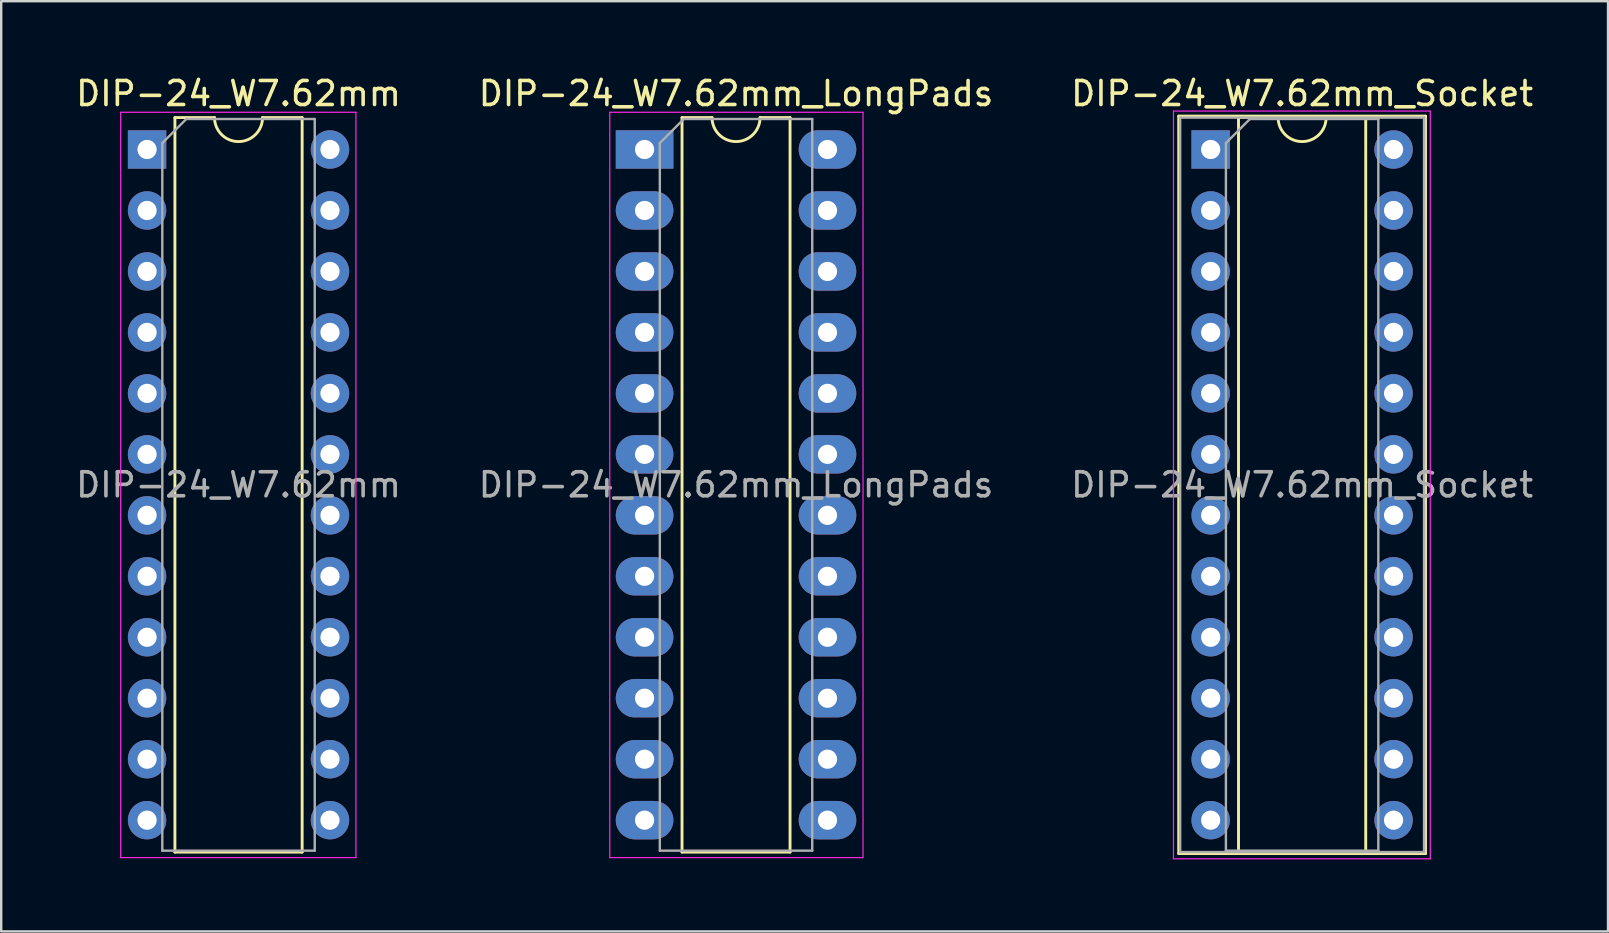
<source format=kicad_pcb>
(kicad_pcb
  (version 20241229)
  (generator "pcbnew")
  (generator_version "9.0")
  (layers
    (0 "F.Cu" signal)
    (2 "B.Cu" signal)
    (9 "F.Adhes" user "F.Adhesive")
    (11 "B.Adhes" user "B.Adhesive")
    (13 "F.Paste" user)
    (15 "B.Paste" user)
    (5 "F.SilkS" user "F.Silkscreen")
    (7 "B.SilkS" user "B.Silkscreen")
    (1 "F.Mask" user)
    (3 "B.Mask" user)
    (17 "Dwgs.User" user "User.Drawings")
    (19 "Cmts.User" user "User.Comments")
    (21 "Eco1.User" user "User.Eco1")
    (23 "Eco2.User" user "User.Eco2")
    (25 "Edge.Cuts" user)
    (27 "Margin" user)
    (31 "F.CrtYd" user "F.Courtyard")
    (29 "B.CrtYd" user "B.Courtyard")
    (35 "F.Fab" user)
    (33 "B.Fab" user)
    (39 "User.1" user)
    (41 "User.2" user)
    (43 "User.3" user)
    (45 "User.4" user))
  (footprint "DIP-24_W7.62mm_LongPads"
    (layer "F.Cu")
    (at 23.803 3.178)
    (property "Reference" "DIP-24_W7.62mm_LongPads" (at 3.81 -2.33 0) (layer "F.SilkS") (effects (font (size 1 1) (thickness 0.15))))
    (attr through_hole)
    (fp_line (start 1.56 -1.33) (end 1.56 29.27) (stroke (width 0.12) (type solid)) (layer "F.SilkS"))
    (fp_line (start 1.56 29.27) (end 6.06 29.27) (stroke (width 0.12) (type solid)) (layer "F.SilkS"))
    (fp_line (start 2.81 -1.33) (end 1.56 -1.33) (stroke (width 0.12) (type solid)) (layer "F.SilkS"))
    (fp_line (start 6.06 -1.33) (end 4.81 -1.33) (stroke (width 0.12) (type solid)) (layer "F.SilkS"))
    (fp_line (start 6.06 29.27) (end 6.06 -1.33) (stroke (width 0.12) (type solid)) (layer "F.SilkS"))
    (fp_arc (start 4.81 -1.33) (mid 3.81 -0.33) (end 2.81 -1.33) (stroke (width 0.12) (type solid)) (layer "F.SilkS"))
    (fp_line (start -1.45 -1.55) (end -1.45 29.5) (stroke (width 0.05) (type solid)) (layer "F.CrtYd"))
    (fp_line (start -1.45 29.5) (end 9.1 29.5) (stroke (width 0.05) (type solid)) (layer "F.CrtYd"))
    (fp_line (start 9.1 -1.55) (end -1.45 -1.55) (stroke (width 0.05) (type solid)) (layer "F.CrtYd"))
    (fp_line (start 9.1 29.5) (end 9.1 -1.55) (stroke (width 0.05) (type solid)) (layer "F.CrtYd"))
    (fp_line (start 0.635 -0.27) (end 1.635 -1.27) (stroke (width 0.1) (type solid)) (layer "F.Fab"))
    (fp_line (start 0.635 29.21) (end 0.635 -0.27) (stroke (width 0.1) (type solid)) (layer "F.Fab"))
    (fp_line (start 1.635 -1.27) (end 6.985 -1.27) (stroke (width 0.1) (type solid)) (layer "F.Fab"))
    (fp_line (start 6.985 -1.27) (end 6.985 29.21) (stroke (width 0.1) (type solid)) (layer "F.Fab"))
    (fp_line (start 6.985 29.21) (end 0.635 29.21) (stroke (width 0.1) (type solid)) (layer "F.Fab"))
    (fp_text user "${REFERENCE}" (at 3.81 13.97 0) (layer "F.Fab") (effects (font (size 1 1) (thickness 0.15))))
    (pad "1" thru_hole rect (at 0 0) (size 2.4 1.6) (drill 0.8) (layers "*.Cu" "*.Mask"))
    (pad "2" thru_hole oval (at 0 2.54) (size 2.4 1.6) (drill 0.8) (layers "*.Cu" "*.Mask"))
    (pad "3" thru_hole oval (at 0 5.08) (size 2.4 1.6) (drill 0.8) (layers "*.Cu" "*.Mask"))
    (pad "4" thru_hole oval (at 0 7.62) (size 2.4 1.6) (drill 0.8) (layers "*.Cu" "*.Mask"))
    (pad "5" thru_hole oval (at 0 10.16) (size 2.4 1.6) (drill 0.8) (layers "*.Cu" "*.Mask"))
    (pad "6" thru_hole oval (at 0 12.7) (size 2.4 1.6) (drill 0.8) (layers "*.Cu" "*.Mask"))
    (pad "7" thru_hole oval (at 0 15.24) (size 2.4 1.6) (drill 0.8) (layers "*.Cu" "*.Mask"))
    (pad "8" thru_hole oval (at 0 17.78) (size 2.4 1.6) (drill 0.8) (layers "*.Cu" "*.Mask"))
    (pad "9" thru_hole oval (at 0 20.32) (size 2.4 1.6) (drill 0.8) (layers "*.Cu" "*.Mask"))
    (pad "10" thru_hole oval (at 0 22.86) (size 2.4 1.6) (drill 0.8) (layers "*.Cu" "*.Mask"))
    (pad "11" thru_hole oval (at 0 25.4) (size 2.4 1.6) (drill 0.8) (layers "*.Cu" "*.Mask"))
    (pad "12" thru_hole oval (at 0 27.94) (size 2.4 1.6) (drill 0.8) (layers "*.Cu" "*.Mask"))
    (pad "13" thru_hole oval (at 7.62 27.94) (size 2.4 1.6) (drill 0.8) (layers "*.Cu" "*.Mask"))
    (pad "14" thru_hole oval (at 7.62 25.4) (size 2.4 1.6) (drill 0.8) (layers "*.Cu" "*.Mask"))
    (pad "15" thru_hole oval (at 7.62 22.86) (size 2.4 1.6) (drill 0.8) (layers "*.Cu" "*.Mask"))
    (pad "16" thru_hole oval (at 7.62 20.32) (size 2.4 1.6) (drill 0.8) (layers "*.Cu" "*.Mask"))
    (pad "17" thru_hole oval (at 7.62 17.78) (size 2.4 1.6) (drill 0.8) (layers "*.Cu" "*.Mask"))
    (pad "18" thru_hole oval (at 7.62 15.24) (size 2.4 1.6) (drill 0.8) (layers "*.Cu" "*.Mask"))
    (pad "19" thru_hole oval (at 7.62 12.7) (size 2.4 1.6) (drill 0.8) (layers "*.Cu" "*.Mask"))
    (pad "20" thru_hole oval (at 7.62 10.16) (size 2.4 1.6) (drill 0.8) (layers "*.Cu" "*.Mask"))
    (pad "21" thru_hole oval (at 7.62 7.62) (size 2.4 1.6) (drill 0.8) (layers "*.Cu" "*.Mask"))
    (pad "22" thru_hole oval (at 7.62 5.08) (size 2.4 1.6) (drill 0.8) (layers "*.Cu" "*.Mask"))
    (pad "23" thru_hole oval (at 7.62 2.54) (size 2.4 1.6) (drill 0.8) (layers "*.Cu" "*.Mask"))
    (pad "24" thru_hole oval (at 7.62 0) (size 2.4 1.6) (drill 0.8) (layers "*.Cu" "*.Mask")))
  (footprint "DIP-24_W7.62mm_Socket"
    (layer "F.Cu")
    (at 47.386 3.178)
    (property "Reference" "DIP-24_W7.62mm_Socket" (at 3.81 -2.33 0) (layer "F.SilkS") (effects (font (size 1 1) (thickness 0.15))))
    (attr through_hole)
    (fp_line (start -1.33 -1.39) (end -1.33 29.33) (stroke (width 0.12) (type solid)) (layer "F.SilkS"))
    (fp_line (start -1.33 29.33) (end 8.95 29.33) (stroke (width 0.12) (type solid)) (layer "F.SilkS"))
    (fp_line (start 1.16 -1.33) (end 1.16 29.27) (stroke (width 0.12) (type solid)) (layer "F.SilkS"))
    (fp_line (start 1.16 29.27) (end 6.46 29.27) (stroke (width 0.12) (type solid)) (layer "F.SilkS"))
    (fp_line (start 2.81 -1.33) (end 1.16 -1.33) (stroke (width 0.12) (type solid)) (layer "F.SilkS"))
    (fp_line (start 6.46 -1.33) (end 4.81 -1.33) (stroke (width 0.12) (type solid)) (layer "F.SilkS"))
    (fp_line (start 6.46 29.27) (end 6.46 -1.33) (stroke (width 0.12) (type solid)) (layer "F.SilkS"))
    (fp_line (start 8.95 -1.39) (end -1.33 -1.39) (stroke (width 0.12) (type solid)) (layer "F.SilkS"))
    (fp_line (start 8.95 29.33) (end 8.95 -1.39) (stroke (width 0.12) (type solid)) (layer "F.SilkS"))
    (fp_arc (start 4.81 -1.33) (mid 3.81 -0.33) (end 2.81 -1.33) (stroke (width 0.12) (type solid)) (layer "F.SilkS"))
    (fp_line (start -1.55 -1.6) (end -1.55 29.55) (stroke (width 0.05) (type solid)) (layer "F.CrtYd"))
    (fp_line (start -1.55 29.55) (end 9.15 29.55) (stroke (width 0.05) (type solid)) (layer "F.CrtYd"))
    (fp_line (start 9.15 -1.6) (end -1.55 -1.6) (stroke (width 0.05) (type solid)) (layer "F.CrtYd"))
    (fp_line (start 9.15 29.55) (end 9.15 -1.6) (stroke (width 0.05) (type solid)) (layer "F.CrtYd"))
    (fp_line (start -1.27 -1.33) (end -1.27 29.27) (stroke (width 0.1) (type solid)) (layer "F.Fab"))
    (fp_line (start -1.27 29.27) (end 8.89 29.27) (stroke (width 0.1) (type solid)) (layer "F.Fab"))
    (fp_line (start 0.635 -0.27) (end 1.635 -1.27) (stroke (width 0.1) (type solid)) (layer "F.Fab"))
    (fp_line (start 0.635 29.21) (end 0.635 -0.27) (stroke (width 0.1) (type solid)) (layer "F.Fab"))
    (fp_line (start 1.635 -1.27) (end 6.985 -1.27) (stroke (width 0.1) (type solid)) (layer "F.Fab"))
    (fp_line (start 6.985 -1.27) (end 6.985 29.21) (stroke (width 0.1) (type solid)) (layer "F.Fab"))
    (fp_line (start 6.985 29.21) (end 0.635 29.21) (stroke (width 0.1) (type solid)) (layer "F.Fab"))
    (fp_line (start 8.89 -1.33) (end -1.27 -1.33) (stroke (width 0.1) (type solid)) (layer "F.Fab"))
    (fp_line (start 8.89 29.27) (end 8.89 -1.33) (stroke (width 0.1) (type solid)) (layer "F.Fab"))
    (fp_text user "${REFERENCE}" (at 3.81 13.97 0) (layer "F.Fab") (effects (font (size 1 1) (thickness 0.15))))
    (pad "1" thru_hole rect (at 0 0) (size 1.6 1.6) (drill 0.8) (layers "*.Cu" "*.Mask"))
    (pad "2" thru_hole oval (at 0 2.54) (size 1.6 1.6) (drill 0.8) (layers "*.Cu" "*.Mask"))
    (pad "3" thru_hole oval (at 0 5.08) (size 1.6 1.6) (drill 0.8) (layers "*.Cu" "*.Mask"))
    (pad "4" thru_hole oval (at 0 7.62) (size 1.6 1.6) (drill 0.8) (layers "*.Cu" "*.Mask"))
    (pad "5" thru_hole oval (at 0 10.16) (size 1.6 1.6) (drill 0.8) (layers "*.Cu" "*.Mask"))
    (pad "6" thru_hole oval (at 0 12.7) (size 1.6 1.6) (drill 0.8) (layers "*.Cu" "*.Mask"))
    (pad "7" thru_hole oval (at 0 15.24) (size 1.6 1.6) (drill 0.8) (layers "*.Cu" "*.Mask"))
    (pad "8" thru_hole oval (at 0 17.78) (size 1.6 1.6) (drill 0.8) (layers "*.Cu" "*.Mask"))
    (pad "9" thru_hole oval (at 0 20.32) (size 1.6 1.6) (drill 0.8) (layers "*.Cu" "*.Mask"))
    (pad "10" thru_hole oval (at 0 22.86) (size 1.6 1.6) (drill 0.8) (layers "*.Cu" "*.Mask"))
    (pad "11" thru_hole oval (at 0 25.4) (size 1.6 1.6) (drill 0.8) (layers "*.Cu" "*.Mask"))
    (pad "12" thru_hole oval (at 0 27.94) (size 1.6 1.6) (drill 0.8) (layers "*.Cu" "*.Mask"))
    (pad "13" thru_hole oval (at 7.62 27.94) (size 1.6 1.6) (drill 0.8) (layers "*.Cu" "*.Mask"))
    (pad "14" thru_hole oval (at 7.62 25.4) (size 1.6 1.6) (drill 0.8) (layers "*.Cu" "*.Mask"))
    (pad "15" thru_hole oval (at 7.62 22.86) (size 1.6 1.6) (drill 0.8) (layers "*.Cu" "*.Mask"))
    (pad "16" thru_hole oval (at 7.62 20.32) (size 1.6 1.6) (drill 0.8) (layers "*.Cu" "*.Mask"))
    (pad "17" thru_hole oval (at 7.62 17.78) (size 1.6 1.6) (drill 0.8) (layers "*.Cu" "*.Mask"))
    (pad "18" thru_hole oval (at 7.62 15.24) (size 1.6 1.6) (drill 0.8) (layers "*.Cu" "*.Mask"))
    (pad "19" thru_hole oval (at 7.62 12.7) (size 1.6 1.6) (drill 0.8) (layers "*.Cu" "*.Mask"))
    (pad "20" thru_hole oval (at 7.62 10.16) (size 1.6 1.6) (drill 0.8) (layers "*.Cu" "*.Mask"))
    (pad "21" thru_hole oval (at 7.62 7.62) (size 1.6 1.6) (drill 0.8) (layers "*.Cu" "*.Mask"))
    (pad "22" thru_hole oval (at 7.62 5.08) (size 1.6 1.6) (drill 0.8) (layers "*.Cu" "*.Mask"))
    (pad "23" thru_hole oval (at 7.62 2.54) (size 1.6 1.6) (drill 0.8) (layers "*.Cu" "*.Mask"))
    (pad "24" thru_hole oval (at 7.62 0) (size 1.6 1.6) (drill 0.8) (layers "*.Cu" "*.Mask")))
  (footprint "DIP-24_W7.62mm"
    (layer "F.Cu")
    (at 3.077 3.178)
    (property "Reference" "DIP-24_W7.62mm" (at 3.81 -2.33 0) (layer "F.SilkS") (effects (font (size 1 1) (thickness 0.15))))
    (attr through_hole)
    (fp_line (start 1.16 -1.33) (end 1.16 29.27) (stroke (width 0.12) (type solid)) (layer "F.SilkS"))
    (fp_line (start 1.16 29.27) (end 6.46 29.27) (stroke (width 0.12) (type solid)) (layer "F.SilkS"))
    (fp_line (start 2.81 -1.33) (end 1.16 -1.33) (stroke (width 0.12) (type solid)) (layer "F.SilkS"))
    (fp_line (start 6.46 -1.33) (end 4.81 -1.33) (stroke (width 0.12) (type solid)) (layer "F.SilkS"))
    (fp_line (start 6.46 29.27) (end 6.46 -1.33) (stroke (width 0.12) (type solid)) (layer "F.SilkS"))
    (fp_arc (start 4.81 -1.33) (mid 3.81 -0.33) (end 2.81 -1.33) (stroke (width 0.12) (type solid)) (layer "F.SilkS"))
    (fp_line (start -1.1 -1.55) (end -1.1 29.5) (stroke (width 0.05) (type solid)) (layer "F.CrtYd"))
    (fp_line (start -1.1 29.5) (end 8.7 29.5) (stroke (width 0.05) (type solid)) (layer "F.CrtYd"))
    (fp_line (start 8.7 -1.55) (end -1.1 -1.55) (stroke (width 0.05) (type solid)) (layer "F.CrtYd"))
    (fp_line (start 8.7 29.5) (end 8.7 -1.55) (stroke (width 0.05) (type solid)) (layer "F.CrtYd"))
    (fp_line (start 0.635 -0.27) (end 1.635 -1.27) (stroke (width 0.1) (type solid)) (layer "F.Fab"))
    (fp_line (start 0.635 29.21) (end 0.635 -0.27) (stroke (width 0.1) (type solid)) (layer "F.Fab"))
    (fp_line (start 1.635 -1.27) (end 6.985 -1.27) (stroke (width 0.1) (type solid)) (layer "F.Fab"))
    (fp_line (start 6.985 -1.27) (end 6.985 29.21) (stroke (width 0.1) (type solid)) (layer "F.Fab"))
    (fp_line (start 6.985 29.21) (end 0.635 29.21) (stroke (width 0.1) (type solid)) (layer "F.Fab"))
    (fp_text user "${REFERENCE}" (at 3.81 13.97 0) (layer "F.Fab") (effects (font (size 1 1) (thickness 0.15))))
    (pad "1" thru_hole rect (at 0 0) (size 1.6 1.6) (drill 0.8) (layers "*.Cu" "*.Mask"))
    (pad "2" thru_hole oval (at 0 2.54) (size 1.6 1.6) (drill 0.8) (layers "*.Cu" "*.Mask"))
    (pad "3" thru_hole oval (at 0 5.08) (size 1.6 1.6) (drill 0.8) (layers "*.Cu" "*.Mask"))
    (pad "4" thru_hole oval (at 0 7.62) (size 1.6 1.6) (drill 0.8) (layers "*.Cu" "*.Mask"))
    (pad "5" thru_hole oval (at 0 10.16) (size 1.6 1.6) (drill 0.8) (layers "*.Cu" "*.Mask"))
    (pad "6" thru_hole oval (at 0 12.7) (size 1.6 1.6) (drill 0.8) (layers "*.Cu" "*.Mask"))
    (pad "7" thru_hole oval (at 0 15.24) (size 1.6 1.6) (drill 0.8) (layers "*.Cu" "*.Mask"))
    (pad "8" thru_hole oval (at 0 17.78) (size 1.6 1.6) (drill 0.8) (layers "*.Cu" "*.Mask"))
    (pad "9" thru_hole oval (at 0 20.32) (size 1.6 1.6) (drill 0.8) (layers "*.Cu" "*.Mask"))
    (pad "10" thru_hole oval (at 0 22.86) (size 1.6 1.6) (drill 0.8) (layers "*.Cu" "*.Mask"))
    (pad "11" thru_hole oval (at 0 25.4) (size 1.6 1.6) (drill 0.8) (layers "*.Cu" "*.Mask"))
    (pad "12" thru_hole oval (at 0 27.94) (size 1.6 1.6) (drill 0.8) (layers "*.Cu" "*.Mask"))
    (pad "13" thru_hole oval (at 7.62 27.94) (size 1.6 1.6) (drill 0.8) (layers "*.Cu" "*.Mask"))
    (pad "14" thru_hole oval (at 7.62 25.4) (size 1.6 1.6) (drill 0.8) (layers "*.Cu" "*.Mask"))
    (pad "15" thru_hole oval (at 7.62 22.86) (size 1.6 1.6) (drill 0.8) (layers "*.Cu" "*.Mask"))
    (pad "16" thru_hole oval (at 7.62 20.32) (size 1.6 1.6) (drill 0.8) (layers "*.Cu" "*.Mask"))
    (pad "17" thru_hole oval (at 7.62 17.78) (size 1.6 1.6) (drill 0.8) (layers "*.Cu" "*.Mask"))
    (pad "18" thru_hole oval (at 7.62 15.24) (size 1.6 1.6) (drill 0.8) (layers "*.Cu" "*.Mask"))
    (pad "19" thru_hole oval (at 7.62 12.7) (size 1.6 1.6) (drill 0.8) (layers "*.Cu" "*.Mask"))
    (pad "20" thru_hole oval (at 7.62 10.16) (size 1.6 1.6) (drill 0.8) (layers "*.Cu" "*.Mask"))
    (pad "21" thru_hole oval (at 7.62 7.62) (size 1.6 1.6) (drill 0.8) (layers "*.Cu" "*.Mask"))
    (pad "22" thru_hole oval (at 7.62 5.08) (size 1.6 1.6) (drill 0.8) (layers "*.Cu" "*.Mask"))
    (pad "23" thru_hole oval (at 7.62 2.54) (size 1.6 1.6) (drill 0.8) (layers "*.Cu" "*.Mask"))
    (pad "24" thru_hole oval (at 7.62 0) (size 1.6 1.6) (drill 0.8) (layers "*.Cu" "*.Mask")))
  (gr_rect
    (start -3 -3)
    (end 63.94 35.753)
    (stroke (width 0.1) (type default))
    (fill no)
    (layer "Edge.Cuts")))
</source>
